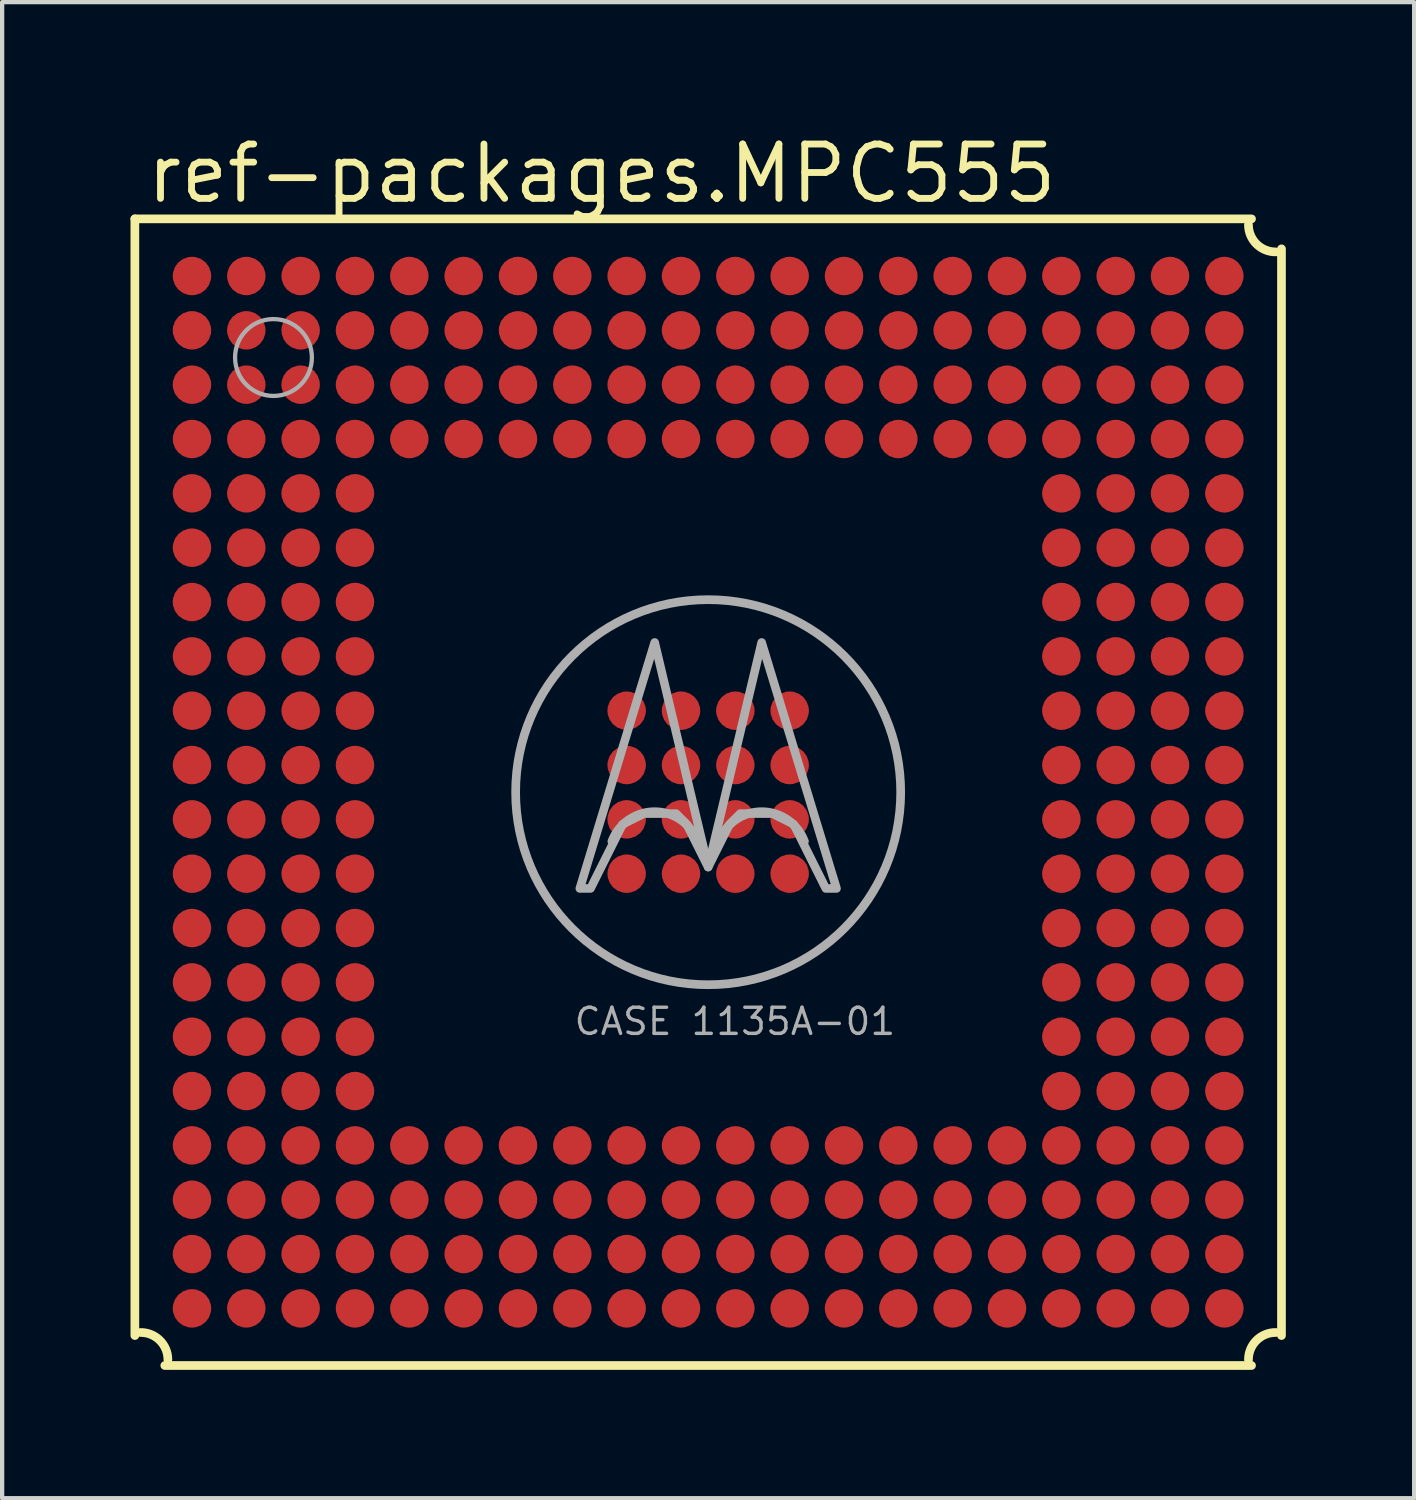
<source format=kicad_pcb>
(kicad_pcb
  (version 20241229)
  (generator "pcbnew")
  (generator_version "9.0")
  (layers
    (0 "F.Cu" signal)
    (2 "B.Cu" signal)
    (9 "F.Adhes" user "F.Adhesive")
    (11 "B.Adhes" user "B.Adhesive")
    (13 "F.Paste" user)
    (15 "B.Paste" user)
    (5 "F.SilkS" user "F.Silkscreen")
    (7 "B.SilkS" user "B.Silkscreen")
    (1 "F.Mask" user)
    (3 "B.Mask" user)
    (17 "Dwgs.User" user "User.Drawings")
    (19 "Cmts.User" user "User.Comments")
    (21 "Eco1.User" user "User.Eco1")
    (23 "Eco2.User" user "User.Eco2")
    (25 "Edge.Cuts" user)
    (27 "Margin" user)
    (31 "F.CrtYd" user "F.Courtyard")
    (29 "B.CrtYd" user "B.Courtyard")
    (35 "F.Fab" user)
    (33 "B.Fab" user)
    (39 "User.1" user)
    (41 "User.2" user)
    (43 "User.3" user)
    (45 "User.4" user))
  (footprint "ref-packages.MPC555"
    (layer "F.Cu")
    (at 13.502 15.466)
    (property "Reference" "ref-packages.MPC555" (at -13.208 -13.716 0) (layer "F.SilkS") (effects (font (size 1.27 1.27) (thickness 0.16)) (justify left bottom)))
    (attr smd)
    (fp_line (start -13.4 -13.4) (end -13.4 12.7) (stroke (width 0.203) (type default)) (layer "F.SilkS"))
    (fp_line (start -12.7 13.4) (end 12.7 13.4) (stroke (width 0.203) (type default)) (layer "F.SilkS"))
    (fp_line (start 12.7 -13.4) (end -13.4 -13.4) (stroke (width 0.203) (type default)) (layer "F.SilkS"))
    (fp_line (start 13.4 12.7) (end 13.4 -12.7) (stroke (width 0.203) (type default)) (layer "F.SilkS"))
    (fp_arc (start -13.2632 12.6282) (mid -12.814187 12.814187) (end -12.6282 13.2632) (stroke (width 0.2032) (type default)) (layer "F.SilkS"))
    (fp_arc (start 12.6282 13.2632) (mid 12.814187 12.814187) (end 13.2632 12.6282) (stroke (width 0.2032) (type default)) (layer "F.SilkS"))
    (fp_arc (start 13.2632 -12.6282) (mid 12.814187 -12.814187) (end 12.6282 -13.2632) (stroke (width 0.2032) (type default)) (layer "F.SilkS"))
    (fp_arc (start -2.25 1.1484) (mid -1.25 0.455983) (end -0.25 1.1484) (stroke (width 0.2032) (type default)) (layer "F.Fab"))
    (fp_arc (start 0.25 1.1484) (mid 1.25 0.455983) (end 2.25 1.1484) (stroke (width 0.2032) (type default)) (layer "F.Fab"))
    (fp_circle (center -10.16 -10.16) (end -9.262 -10.16) (stroke (width 0.1) (type default)) (fill no) (layer "F.Fab"))
    (fp_circle (center 0 0) (end 4.5 0) (stroke (width 0.203) (type default)) (fill no) (layer "F.Fab"))
    (fp_poly (pts (xy -3 2.25) (xy -1.25 -3.5) (xy 0 1.75) (xy -0.5 0.75) (xy -0.75 0.5) (xy -1.5 0.5) (xy -2 0.75) (xy -2.75 2.25)) (stroke (width 0.2) (type default)) (fill no) (layer "F.Fab"))
    (fp_poly (pts (xy 3 2.25) (xy 1.25 -3.5) (xy 0 1.75) (xy 0.5 0.75) (xy 0.75 0.5) (xy 1.5 0.5) (xy 2 0.75) (xy 2.75 2.25)) (stroke (width 0.2) (type default)) (fill no) (layer "F.Fab"))
    (fp_text user "CASE 1135A-01" (at -3.175 5.715 0) (layer "F.Fab") (effects (font (size 0.61 0.61) (thickness 0.08)) (justify left bottom)))
    (pad "A1" smd roundrect (at -12.065 -12.065) (size 0.9 0.9) (layers "F.Cu" "F.Mask" "F.Paste") (roundrect_rratio 0.5))
    (pad "A2" smd roundrect (at -10.795 -12.065) (size 0.9 0.9) (layers "F.Cu" "F.Mask" "F.Paste") (roundrect_rratio 0.5))
    (pad "A3" smd roundrect (at -9.525 -12.065) (size 0.9 0.9) (layers "F.Cu" "F.Mask" "F.Paste") (roundrect_rratio 0.5))
    (pad "A4" smd roundrect (at -8.255 -12.065) (size 0.9 0.9) (layers "F.Cu" "F.Mask" "F.Paste") (roundrect_rratio 0.5))
    (pad "A5" smd roundrect (at -6.985 -12.065) (size 0.9 0.9) (layers "F.Cu" "F.Mask" "F.Paste") (roundrect_rratio 0.5))
    (pad "A6" smd roundrect (at -5.715 -12.065) (size 0.9 0.9) (layers "F.Cu" "F.Mask" "F.Paste") (roundrect_rratio 0.5))
    (pad "A7" smd roundrect (at -4.445 -12.065) (size 0.9 0.9) (layers "F.Cu" "F.Mask" "F.Paste") (roundrect_rratio 0.5))
    (pad "A8" smd roundrect (at -3.175 -12.065) (size 0.9 0.9) (layers "F.Cu" "F.Mask" "F.Paste") (roundrect_rratio 0.5))
    (pad "A9" smd roundrect (at -1.905 -12.065) (size 0.9 0.9) (layers "F.Cu" "F.Mask" "F.Paste") (roundrect_rratio 0.5))
    (pad "A10" smd roundrect (at -0.635 -12.065) (size 0.9 0.9) (layers "F.Cu" "F.Mask" "F.Paste") (roundrect_rratio 0.5))
    (pad "A11" smd roundrect (at 0.635 -12.065) (size 0.9 0.9) (layers "F.Cu" "F.Mask" "F.Paste") (roundrect_rratio 0.5))
    (pad "A12" smd roundrect (at 1.905 -12.065) (size 0.9 0.9) (layers "F.Cu" "F.Mask" "F.Paste") (roundrect_rratio 0.5))
    (pad "A13" smd roundrect (at 3.175 -12.065) (size 0.9 0.9) (layers "F.Cu" "F.Mask" "F.Paste") (roundrect_rratio 0.5))
    (pad "A14" smd roundrect (at 4.445 -12.065) (size 0.9 0.9) (layers "F.Cu" "F.Mask" "F.Paste") (roundrect_rratio 0.5))
    (pad "A15" smd roundrect (at 5.715 -12.065) (size 0.9 0.9) (layers "F.Cu" "F.Mask" "F.Paste") (roundrect_rratio 0.5))
    (pad "A16" smd roundrect (at 6.985 -12.065) (size 0.9 0.9) (layers "F.Cu" "F.Mask" "F.Paste") (roundrect_rratio 0.5))
    (pad "A17" smd roundrect (at 8.255 -12.065) (size 0.9 0.9) (layers "F.Cu" "F.Mask" "F.Paste") (roundrect_rratio 0.5))
    (pad "A18" smd roundrect (at 9.525 -12.065) (size 0.9 0.9) (layers "F.Cu" "F.Mask" "F.Paste") (roundrect_rratio 0.5))
    (pad "A19" smd roundrect (at 10.795 -12.065) (size 0.9 0.9) (layers "F.Cu" "F.Mask" "F.Paste") (roundrect_rratio 0.5))
    (pad "A20" smd roundrect (at 12.065 -12.065) (size 0.9 0.9) (layers "F.Cu" "F.Mask" "F.Paste") (roundrect_rratio 0.5))
    (pad "B1" smd roundrect (at -12.065 -10.795) (size 0.9 0.9) (layers "F.Cu" "F.Mask" "F.Paste") (roundrect_rratio 0.5))
    (pad "B2" smd roundrect (at -10.795 -10.795) (size 0.9 0.9) (layers "F.Cu" "F.Mask" "F.Paste") (roundrect_rratio 0.5))
    (pad "B3" smd roundrect (at -9.525 -10.795) (size 0.9 0.9) (layers "F.Cu" "F.Mask" "F.Paste") (roundrect_rratio 0.5))
    (pad "B4" smd roundrect (at -8.255 -10.795) (size 0.9 0.9) (layers "F.Cu" "F.Mask" "F.Paste") (roundrect_rratio 0.5))
    (pad "B5" smd roundrect (at -6.985 -10.795) (size 0.9 0.9) (layers "F.Cu" "F.Mask" "F.Paste") (roundrect_rratio 0.5))
    (pad "B6" smd roundrect (at -5.715 -10.795) (size 0.9 0.9) (layers "F.Cu" "F.Mask" "F.Paste") (roundrect_rratio 0.5))
    (pad "B7" smd roundrect (at -4.445 -10.795) (size 0.9 0.9) (layers "F.Cu" "F.Mask" "F.Paste") (roundrect_rratio 0.5))
    (pad "B8" smd roundrect (at -3.175 -10.795) (size 0.9 0.9) (layers "F.Cu" "F.Mask" "F.Paste") (roundrect_rratio 0.5))
    (pad "B9" smd roundrect (at -1.905 -10.795) (size 0.9 0.9) (layers "F.Cu" "F.Mask" "F.Paste") (roundrect_rratio 0.5))
    (pad "B10" smd roundrect (at -0.635 -10.795) (size 0.9 0.9) (layers "F.Cu" "F.Mask" "F.Paste") (roundrect_rratio 0.5))
    (pad "B11" smd roundrect (at 0.635 -10.795) (size 0.9 0.9) (layers "F.Cu" "F.Mask" "F.Paste") (roundrect_rratio 0.5))
    (pad "B12" smd roundrect (at 1.905 -10.795) (size 0.9 0.9) (layers "F.Cu" "F.Mask" "F.Paste") (roundrect_rratio 0.5))
    (pad "B13" smd roundrect (at 3.175 -10.795) (size 0.9 0.9) (layers "F.Cu" "F.Mask" "F.Paste") (roundrect_rratio 0.5))
    (pad "B14" smd roundrect (at 4.445 -10.795) (size 0.9 0.9) (layers "F.Cu" "F.Mask" "F.Paste") (roundrect_rratio 0.5))
    (pad "B15" smd roundrect (at 5.715 -10.795) (size 0.9 0.9) (layers "F.Cu" "F.Mask" "F.Paste") (roundrect_rratio 0.5))
    (pad "B16" smd roundrect (at 6.985 -10.795) (size 0.9 0.9) (layers "F.Cu" "F.Mask" "F.Paste") (roundrect_rratio 0.5))
    (pad "B17" smd roundrect (at 8.255 -10.795) (size 0.9 0.9) (layers "F.Cu" "F.Mask" "F.Paste") (roundrect_rratio 0.5))
    (pad "B18" smd roundrect (at 9.525 -10.795) (size 0.9 0.9) (layers "F.Cu" "F.Mask" "F.Paste") (roundrect_rratio 0.5))
    (pad "B19" smd roundrect (at 10.795 -10.795) (size 0.9 0.9) (layers "F.Cu" "F.Mask" "F.Paste") (roundrect_rratio 0.5))
    (pad "B20" smd roundrect (at 12.065 -10.795) (size 0.9 0.9) (layers "F.Cu" "F.Mask" "F.Paste") (roundrect_rratio 0.5))
    (pad "C1" smd roundrect (at -12.065 -9.525) (size 0.9 0.9) (layers "F.Cu" "F.Mask" "F.Paste") (roundrect_rratio 0.5))
    (pad "C2" smd roundrect (at -10.795 -9.525) (size 0.9 0.9) (layers "F.Cu" "F.Mask" "F.Paste") (roundrect_rratio 0.5))
    (pad "C3" smd roundrect (at -9.525 -9.525) (size 0.9 0.9) (layers "F.Cu" "F.Mask" "F.Paste") (roundrect_rratio 0.5))
    (pad "C4" smd roundrect (at -8.255 -9.525) (size 0.9 0.9) (layers "F.Cu" "F.Mask" "F.Paste") (roundrect_rratio 0.5))
    (pad "C5" smd roundrect (at -6.985 -9.525) (size 0.9 0.9) (layers "F.Cu" "F.Mask" "F.Paste") (roundrect_rratio 0.5))
    (pad "C6" smd roundrect (at -5.715 -9.525) (size 0.9 0.9) (layers "F.Cu" "F.Mask" "F.Paste") (roundrect_rratio 0.5))
    (pad "C7" smd roundrect (at -4.445 -9.525) (size 0.9 0.9) (layers "F.Cu" "F.Mask" "F.Paste") (roundrect_rratio 0.5))
    (pad "C8" smd roundrect (at -3.175 -9.525) (size 0.9 0.9) (layers "F.Cu" "F.Mask" "F.Paste") (roundrect_rratio 0.5))
    (pad "C9" smd roundrect (at -1.905 -9.525) (size 0.9 0.9) (layers "F.Cu" "F.Mask" "F.Paste") (roundrect_rratio 0.5))
    (pad "C10" smd roundrect (at -0.635 -9.525) (size 0.9 0.9) (layers "F.Cu" "F.Mask" "F.Paste") (roundrect_rratio 0.5))
    (pad "C11" smd roundrect (at 0.635 -9.525) (size 0.9 0.9) (layers "F.Cu" "F.Mask" "F.Paste") (roundrect_rratio 0.5))
    (pad "C12" smd roundrect (at 1.905 -9.525) (size 0.9 0.9) (layers "F.Cu" "F.Mask" "F.Paste") (roundrect_rratio 0.5))
    (pad "C13" smd roundrect (at 3.175 -9.525) (size 0.9 0.9) (layers "F.Cu" "F.Mask" "F.Paste") (roundrect_rratio 0.5))
    (pad "C14" smd roundrect (at 4.445 -9.525) (size 0.9 0.9) (layers "F.Cu" "F.Mask" "F.Paste") (roundrect_rratio 0.5))
    (pad "C15" smd roundrect (at 5.715 -9.525) (size 0.9 0.9) (layers "F.Cu" "F.Mask" "F.Paste") (roundrect_rratio 0.5))
    (pad "C16" smd roundrect (at 6.985 -9.525) (size 0.9 0.9) (layers "F.Cu" "F.Mask" "F.Paste") (roundrect_rratio 0.5))
    (pad "C17" smd roundrect (at 8.255 -9.525) (size 0.9 0.9) (layers "F.Cu" "F.Mask" "F.Paste") (roundrect_rratio 0.5))
    (pad "C18" smd roundrect (at 9.525 -9.525) (size 0.9 0.9) (layers "F.Cu" "F.Mask" "F.Paste") (roundrect_rratio 0.5))
    (pad "C19" smd roundrect (at 10.795 -9.525) (size 0.9 0.9) (layers "F.Cu" "F.Mask" "F.Paste") (roundrect_rratio 0.5))
    (pad "C20" smd roundrect (at 12.065 -9.525) (size 0.9 0.9) (layers "F.Cu" "F.Mask" "F.Paste") (roundrect_rratio 0.5))
    (pad "D1" smd roundrect (at -12.065 -8.255) (size 0.9 0.9) (layers "F.Cu" "F.Mask" "F.Paste") (roundrect_rratio 0.5))
    (pad "D2" smd roundrect (at -10.795 -8.255) (size 0.9 0.9) (layers "F.Cu" "F.Mask" "F.Paste") (roundrect_rratio 0.5))
    (pad "D3" smd roundrect (at -9.525 -8.255) (size 0.9 0.9) (layers "F.Cu" "F.Mask" "F.Paste") (roundrect_rratio 0.5))
    (pad "D4" smd roundrect (at -8.255 -8.255) (size 0.9 0.9) (layers "F.Cu" "F.Mask" "F.Paste") (roundrect_rratio 0.5))
    (pad "D5" smd roundrect (at -6.985 -8.255) (size 0.9 0.9) (layers "F.Cu" "F.Mask" "F.Paste") (roundrect_rratio 0.5))
    (pad "D6" smd roundrect (at -5.715 -8.255) (size 0.9 0.9) (layers "F.Cu" "F.Mask" "F.Paste") (roundrect_rratio 0.5))
    (pad "D7" smd roundrect (at -4.445 -8.255) (size 0.9 0.9) (layers "F.Cu" "F.Mask" "F.Paste") (roundrect_rratio 0.5))
    (pad "D8" smd roundrect (at -3.175 -8.255) (size 0.9 0.9) (layers "F.Cu" "F.Mask" "F.Paste") (roundrect_rratio 0.5))
    (pad "D9" smd roundrect (at -1.905 -8.255) (size 0.9 0.9) (layers "F.Cu" "F.Mask" "F.Paste") (roundrect_rratio 0.5))
    (pad "D10" smd roundrect (at -0.635 -8.255) (size 0.9 0.9) (layers "F.Cu" "F.Mask" "F.Paste") (roundrect_rratio 0.5))
    (pad "D11" smd roundrect (at 0.635 -8.255) (size 0.9 0.9) (layers "F.Cu" "F.Mask" "F.Paste") (roundrect_rratio 0.5))
    (pad "D12" smd roundrect (at 1.905 -8.255) (size 0.9 0.9) (layers "F.Cu" "F.Mask" "F.Paste") (roundrect_rratio 0.5))
    (pad "D13" smd roundrect (at 3.175 -8.255) (size 0.9 0.9) (layers "F.Cu" "F.Mask" "F.Paste") (roundrect_rratio 0.5))
    (pad "D14" smd roundrect (at 4.445 -8.255) (size 0.9 0.9) (layers "F.Cu" "F.Mask" "F.Paste") (roundrect_rratio 0.5))
    (pad "D15" smd roundrect (at 5.715 -8.255) (size 0.9 0.9) (layers "F.Cu" "F.Mask" "F.Paste") (roundrect_rratio 0.5))
    (pad "D16" smd roundrect (at 6.985 -8.255) (size 0.9 0.9) (layers "F.Cu" "F.Mask" "F.Paste") (roundrect_rratio 0.5))
    (pad "D17" smd roundrect (at 8.255 -8.255) (size 0.9 0.9) (layers "F.Cu" "F.Mask" "F.Paste") (roundrect_rratio 0.5))
    (pad "D18" smd roundrect (at 9.525 -8.255) (size 0.9 0.9) (layers "F.Cu" "F.Mask" "F.Paste") (roundrect_rratio 0.5))
    (pad "D19" smd roundrect (at 10.795 -8.255) (size 0.9 0.9) (layers "F.Cu" "F.Mask" "F.Paste") (roundrect_rratio 0.5))
    (pad "D20" smd roundrect (at 12.065 -8.255) (size 0.9 0.9) (layers "F.Cu" "F.Mask" "F.Paste") (roundrect_rratio 0.5))
    (pad "E1" smd roundrect (at -12.065 -6.985) (size 0.9 0.9) (layers "F.Cu" "F.Mask" "F.Paste") (roundrect_rratio 0.5))
    (pad "E2" smd roundrect (at -10.795 -6.985) (size 0.9 0.9) (layers "F.Cu" "F.Mask" "F.Paste") (roundrect_rratio 0.5))
    (pad "E3" smd roundrect (at -9.525 -6.985) (size 0.9 0.9) (layers "F.Cu" "F.Mask" "F.Paste") (roundrect_rratio 0.5))
    (pad "E4" smd roundrect (at -8.255 -6.985) (size 0.9 0.9) (layers "F.Cu" "F.Mask" "F.Paste") (roundrect_rratio 0.5))
    (pad "E17" smd roundrect (at 8.255 -6.985) (size 0.9 0.9) (layers "F.Cu" "F.Mask" "F.Paste") (roundrect_rratio 0.5))
    (pad "E18" smd roundrect (at 9.525 -6.985) (size 0.9 0.9) (layers "F.Cu" "F.Mask" "F.Paste") (roundrect_rratio 0.5))
    (pad "E19" smd roundrect (at 10.795 -6.985) (size 0.9 0.9) (layers "F.Cu" "F.Mask" "F.Paste") (roundrect_rratio 0.5))
    (pad "E20" smd roundrect (at 12.065 -6.985) (size 0.9 0.9) (layers "F.Cu" "F.Mask" "F.Paste") (roundrect_rratio 0.5))
    (pad "F1" smd roundrect (at -12.065 -5.715) (size 0.9 0.9) (layers "F.Cu" "F.Mask" "F.Paste") (roundrect_rratio 0.5))
    (pad "F2" smd roundrect (at -10.795 -5.715) (size 0.9 0.9) (layers "F.Cu" "F.Mask" "F.Paste") (roundrect_rratio 0.5))
    (pad "F3" smd roundrect (at -9.525 -5.715) (size 0.9 0.9) (layers "F.Cu" "F.Mask" "F.Paste") (roundrect_rratio 0.5))
    (pad "F4" smd roundrect (at -8.255 -5.715) (size 0.9 0.9) (layers "F.Cu" "F.Mask" "F.Paste") (roundrect_rratio 0.5))
    (pad "F17" smd roundrect (at 8.255 -5.715) (size 0.9 0.9) (layers "F.Cu" "F.Mask" "F.Paste") (roundrect_rratio 0.5))
    (pad "F18" smd roundrect (at 9.525 -5.715) (size 0.9 0.9) (layers "F.Cu" "F.Mask" "F.Paste") (roundrect_rratio 0.5))
    (pad "F19" smd roundrect (at 10.795 -5.715) (size 0.9 0.9) (layers "F.Cu" "F.Mask" "F.Paste") (roundrect_rratio 0.5))
    (pad "F20" smd roundrect (at 12.065 -5.715) (size 0.9 0.9) (layers "F.Cu" "F.Mask" "F.Paste") (roundrect_rratio 0.5))
    (pad "G1" smd roundrect (at -12.065 -4.445) (size 0.9 0.9) (layers "F.Cu" "F.Mask" "F.Paste") (roundrect_rratio 0.5))
    (pad "G2" smd roundrect (at -10.795 -4.445) (size 0.9 0.9) (layers "F.Cu" "F.Mask" "F.Paste") (roundrect_rratio 0.5))
    (pad "G3" smd roundrect (at -9.525 -4.445) (size 0.9 0.9) (layers "F.Cu" "F.Mask" "F.Paste") (roundrect_rratio 0.5))
    (pad "G4" smd roundrect (at -8.255 -4.445) (size 0.9 0.9) (layers "F.Cu" "F.Mask" "F.Paste") (roundrect_rratio 0.5))
    (pad "G17" smd roundrect (at 8.255 -4.445) (size 0.9 0.9) (layers "F.Cu" "F.Mask" "F.Paste") (roundrect_rratio 0.5))
    (pad "G18" smd roundrect (at 9.525 -4.445) (size 0.9 0.9) (layers "F.Cu" "F.Mask" "F.Paste") (roundrect_rratio 0.5))
    (pad "G19" smd roundrect (at 10.795 -4.445) (size 0.9 0.9) (layers "F.Cu" "F.Mask" "F.Paste") (roundrect_rratio 0.5))
    (pad "G20" smd roundrect (at 12.065 -4.445) (size 0.9 0.9) (layers "F.Cu" "F.Mask" "F.Paste") (roundrect_rratio 0.5))
    (pad "H1" smd roundrect (at -12.065 -3.175) (size 0.9 0.9) (layers "F.Cu" "F.Mask" "F.Paste") (roundrect_rratio 0.5))
    (pad "H2" smd roundrect (at -10.795 -3.175) (size 0.9 0.9) (layers "F.Cu" "F.Mask" "F.Paste") (roundrect_rratio 0.5))
    (pad "H3" smd roundrect (at -9.525 -3.175) (size 0.9 0.9) (layers "F.Cu" "F.Mask" "F.Paste") (roundrect_rratio 0.5))
    (pad "H4" smd roundrect (at -8.255 -3.175) (size 0.9 0.9) (layers "F.Cu" "F.Mask" "F.Paste") (roundrect_rratio 0.5))
    (pad "H17" smd roundrect (at 8.255 -3.175) (size 0.9 0.9) (layers "F.Cu" "F.Mask" "F.Paste") (roundrect_rratio 0.5))
    (pad "H18" smd roundrect (at 9.525 -3.175) (size 0.9 0.9) (layers "F.Cu" "F.Mask" "F.Paste") (roundrect_rratio 0.5))
    (pad "H19" smd roundrect (at 10.795 -3.175) (size 0.9 0.9) (layers "F.Cu" "F.Mask" "F.Paste") (roundrect_rratio 0.5))
    (pad "H20" smd roundrect (at 12.065 -3.175) (size 0.9 0.9) (layers "F.Cu" "F.Mask" "F.Paste") (roundrect_rratio 0.5))
    (pad "J1" smd roundrect (at -12.065 -1.905) (size 0.9 0.9) (layers "F.Cu" "F.Mask" "F.Paste") (roundrect_rratio 0.5))
    (pad "J2" smd roundrect (at -10.795 -1.905) (size 0.9 0.9) (layers "F.Cu" "F.Mask" "F.Paste") (roundrect_rratio 0.5))
    (pad "J3" smd roundrect (at -9.525 -1.905) (size 0.9 0.9) (layers "F.Cu" "F.Mask" "F.Paste") (roundrect_rratio 0.5))
    (pad "J4" smd roundrect (at -8.255 -1.905) (size 0.9 0.9) (layers "F.Cu" "F.Mask" "F.Paste") (roundrect_rratio 0.5))
    (pad "J9" smd roundrect (at -1.905 -1.905) (size 0.9 0.9) (layers "F.Cu" "F.Mask" "F.Paste") (roundrect_rratio 0.5))
    (pad "J10" smd roundrect (at -0.635 -1.905) (size 0.9 0.9) (layers "F.Cu" "F.Mask" "F.Paste") (roundrect_rratio 0.5))
    (pad "J11" smd roundrect (at 0.635 -1.905) (size 0.9 0.9) (layers "F.Cu" "F.Mask" "F.Paste") (roundrect_rratio 0.5))
    (pad "J12" smd roundrect (at 1.905 -1.905) (size 0.9 0.9) (layers "F.Cu" "F.Mask" "F.Paste") (roundrect_rratio 0.5))
    (pad "J17" smd roundrect (at 8.255 -1.905) (size 0.9 0.9) (layers "F.Cu" "F.Mask" "F.Paste") (roundrect_rratio 0.5))
    (pad "J18" smd roundrect (at 9.525 -1.905) (size 0.9 0.9) (layers "F.Cu" "F.Mask" "F.Paste") (roundrect_rratio 0.5))
    (pad "J19" smd roundrect (at 10.795 -1.905) (size 0.9 0.9) (layers "F.Cu" "F.Mask" "F.Paste") (roundrect_rratio 0.5))
    (pad "J20" smd roundrect (at 12.065 -1.905) (size 0.9 0.9) (layers "F.Cu" "F.Mask" "F.Paste") (roundrect_rratio 0.5))
    (pad "K1" smd roundrect (at -12.065 -0.635) (size 0.9 0.9) (layers "F.Cu" "F.Mask" "F.Paste") (roundrect_rratio 0.5))
    (pad "K2" smd roundrect (at -10.795 -0.635) (size 0.9 0.9) (layers "F.Cu" "F.Mask" "F.Paste") (roundrect_rratio 0.5))
    (pad "K3" smd roundrect (at -9.525 -0.635) (size 0.9 0.9) (layers "F.Cu" "F.Mask" "F.Paste") (roundrect_rratio 0.5))
    (pad "K4" smd roundrect (at -8.255 -0.635) (size 0.9 0.9) (layers "F.Cu" "F.Mask" "F.Paste") (roundrect_rratio 0.5))
    (pad "K9" smd roundrect (at -1.905 -0.635) (size 0.9 0.9) (layers "F.Cu" "F.Mask" "F.Paste") (roundrect_rratio 0.5))
    (pad "K10" smd roundrect (at -0.635 -0.635) (size 0.9 0.9) (layers "F.Cu" "F.Mask" "F.Paste") (roundrect_rratio 0.5))
    (pad "K11" smd roundrect (at 0.635 -0.635) (size 0.9 0.9) (layers "F.Cu" "F.Mask" "F.Paste") (roundrect_rratio 0.5))
    (pad "K12" smd roundrect (at 1.905 -0.635) (size 0.9 0.9) (layers "F.Cu" "F.Mask" "F.Paste") (roundrect_rratio 0.5))
    (pad "K17" smd roundrect (at 8.255 -0.635) (size 0.9 0.9) (layers "F.Cu" "F.Mask" "F.Paste") (roundrect_rratio 0.5))
    (pad "K18" smd roundrect (at 9.525 -0.635) (size 0.9 0.9) (layers "F.Cu" "F.Mask" "F.Paste") (roundrect_rratio 0.5))
    (pad "K19" smd roundrect (at 10.795 -0.635) (size 0.9 0.9) (layers "F.Cu" "F.Mask" "F.Paste") (roundrect_rratio 0.5))
    (pad "K20" smd roundrect (at 12.065 -0.635) (size 0.9 0.9) (layers "F.Cu" "F.Mask" "F.Paste") (roundrect_rratio 0.5))
    (pad "L1" smd roundrect (at -12.065 0.635) (size 0.9 0.9) (layers "F.Cu" "F.Mask" "F.Paste") (roundrect_rratio 0.5))
    (pad "L2" smd roundrect (at -10.795 0.635) (size 0.9 0.9) (layers "F.Cu" "F.Mask" "F.Paste") (roundrect_rratio 0.5))
    (pad "L3" smd roundrect (at -9.525 0.635) (size 0.9 0.9) (layers "F.Cu" "F.Mask" "F.Paste") (roundrect_rratio 0.5))
    (pad "L4" smd roundrect (at -8.255 0.635) (size 0.9 0.9) (layers "F.Cu" "F.Mask" "F.Paste") (roundrect_rratio 0.5))
    (pad "L9" smd roundrect (at -1.905 0.635) (size 0.9 0.9) (layers "F.Cu" "F.Mask" "F.Paste") (roundrect_rratio 0.5))
    (pad "L10" smd roundrect (at -0.635 0.635) (size 0.9 0.9) (layers "F.Cu" "F.Mask" "F.Paste") (roundrect_rratio 0.5))
    (pad "L11" smd roundrect (at 0.635 0.635) (size 0.9 0.9) (layers "F.Cu" "F.Mask" "F.Paste") (roundrect_rratio 0.5))
    (pad "L12" smd roundrect (at 1.905 0.635) (size 0.9 0.9) (layers "F.Cu" "F.Mask" "F.Paste") (roundrect_rratio 0.5))
    (pad "L17" smd roundrect (at 8.255 0.635) (size 0.9 0.9) (layers "F.Cu" "F.Mask" "F.Paste") (roundrect_rratio 0.5))
    (pad "L18" smd roundrect (at 9.525 0.635) (size 0.9 0.9) (layers "F.Cu" "F.Mask" "F.Paste") (roundrect_rratio 0.5))
    (pad "L19" smd roundrect (at 10.795 0.635) (size 0.9 0.9) (layers "F.Cu" "F.Mask" "F.Paste") (roundrect_rratio 0.5))
    (pad "L20" smd roundrect (at 12.065 0.635) (size 0.9 0.9) (layers "F.Cu" "F.Mask" "F.Paste") (roundrect_rratio 0.5))
    (pad "M1" smd roundrect (at -12.065 1.905) (size 0.9 0.9) (layers "F.Cu" "F.Mask" "F.Paste") (roundrect_rratio 0.5))
    (pad "M2" smd roundrect (at -10.795 1.905) (size 0.9 0.9) (layers "F.Cu" "F.Mask" "F.Paste") (roundrect_rratio 0.5))
    (pad "M3" smd roundrect (at -9.525 1.905) (size 0.9 0.9) (layers "F.Cu" "F.Mask" "F.Paste") (roundrect_rratio 0.5))
    (pad "M4" smd roundrect (at -8.255 1.905) (size 0.9 0.9) (layers "F.Cu" "F.Mask" "F.Paste") (roundrect_rratio 0.5))
    (pad "M9" smd roundrect (at -1.905 1.905) (size 0.9 0.9) (layers "F.Cu" "F.Mask" "F.Paste") (roundrect_rratio 0.5))
    (pad "M10" smd roundrect (at -0.635 1.905) (size 0.9 0.9) (layers "F.Cu" "F.Mask" "F.Paste") (roundrect_rratio 0.5))
    (pad "M11" smd roundrect (at 0.635 1.905) (size 0.9 0.9) (layers "F.Cu" "F.Mask" "F.Paste") (roundrect_rratio 0.5))
    (pad "M12" smd roundrect (at 1.905 1.905) (size 0.9 0.9) (layers "F.Cu" "F.Mask" "F.Paste") (roundrect_rratio 0.5))
    (pad "M17" smd roundrect (at 8.255 1.905) (size 0.9 0.9) (layers "F.Cu" "F.Mask" "F.Paste") (roundrect_rratio 0.5))
    (pad "M18" smd roundrect (at 9.525 1.905) (size 0.9 0.9) (layers "F.Cu" "F.Mask" "F.Paste") (roundrect_rratio 0.5))
    (pad "M19" smd roundrect (at 10.795 1.905) (size 0.9 0.9) (layers "F.Cu" "F.Mask" "F.Paste") (roundrect_rratio 0.5))
    (pad "M20" smd roundrect (at 12.065 1.905) (size 0.9 0.9) (layers "F.Cu" "F.Mask" "F.Paste") (roundrect_rratio 0.5))
    (pad "N1" smd roundrect (at -12.065 3.175) (size 0.9 0.9) (layers "F.Cu" "F.Mask" "F.Paste") (roundrect_rratio 0.5))
    (pad "N2" smd roundrect (at -10.795 3.175) (size 0.9 0.9) (layers "F.Cu" "F.Mask" "F.Paste") (roundrect_rratio 0.5))
    (pad "N3" smd roundrect (at -9.525 3.175) (size 0.9 0.9) (layers "F.Cu" "F.Mask" "F.Paste") (roundrect_rratio 0.5))
    (pad "N4" smd roundrect (at -8.255 3.175) (size 0.9 0.9) (layers "F.Cu" "F.Mask" "F.Paste") (roundrect_rratio 0.5))
    (pad "N17" smd roundrect (at 8.255 3.175) (size 0.9 0.9) (layers "F.Cu" "F.Mask" "F.Paste") (roundrect_rratio 0.5))
    (pad "N18" smd roundrect (at 9.525 3.175) (size 0.9 0.9) (layers "F.Cu" "F.Mask" "F.Paste") (roundrect_rratio 0.5))
    (pad "N19" smd roundrect (at 10.795 3.175) (size 0.9 0.9) (layers "F.Cu" "F.Mask" "F.Paste") (roundrect_rratio 0.5))
    (pad "N20" smd roundrect (at 12.065 3.175) (size 0.9 0.9) (layers "F.Cu" "F.Mask" "F.Paste") (roundrect_rratio 0.5))
    (pad "P1" smd roundrect (at -12.065 4.445) (size 0.9 0.9) (layers "F.Cu" "F.Mask" "F.Paste") (roundrect_rratio 0.5))
    (pad "P2" smd roundrect (at -10.795 4.445) (size 0.9 0.9) (layers "F.Cu" "F.Mask" "F.Paste") (roundrect_rratio 0.5))
    (pad "P3" smd roundrect (at -9.525 4.445) (size 0.9 0.9) (layers "F.Cu" "F.Mask" "F.Paste") (roundrect_rratio 0.5))
    (pad "P4" smd roundrect (at -8.255 4.445) (size 0.9 0.9) (layers "F.Cu" "F.Mask" "F.Paste") (roundrect_rratio 0.5))
    (pad "P17" smd roundrect (at 8.255 4.445) (size 0.9 0.9) (layers "F.Cu" "F.Mask" "F.Paste") (roundrect_rratio 0.5))
    (pad "P18" smd roundrect (at 9.525 4.445) (size 0.9 0.9) (layers "F.Cu" "F.Mask" "F.Paste") (roundrect_rratio 0.5))
    (pad "P19" smd roundrect (at 10.795 4.445) (size 0.9 0.9) (layers "F.Cu" "F.Mask" "F.Paste") (roundrect_rratio 0.5))
    (pad "P20" smd roundrect (at 12.065 4.445) (size 0.9 0.9) (layers "F.Cu" "F.Mask" "F.Paste") (roundrect_rratio 0.5))
    (pad "R1" smd roundrect (at -12.065 5.715) (size 0.9 0.9) (layers "F.Cu" "F.Mask" "F.Paste") (roundrect_rratio 0.5))
    (pad "R2" smd roundrect (at -10.795 5.715) (size 0.9 0.9) (layers "F.Cu" "F.Mask" "F.Paste") (roundrect_rratio 0.5))
    (pad "R3" smd roundrect (at -9.525 5.715) (size 0.9 0.9) (layers "F.Cu" "F.Mask" "F.Paste") (roundrect_rratio 0.5))
    (pad "R4" smd roundrect (at -8.255 5.715) (size 0.9 0.9) (layers "F.Cu" "F.Mask" "F.Paste") (roundrect_rratio 0.5))
    (pad "R17" smd roundrect (at 8.255 5.715) (size 0.9 0.9) (layers "F.Cu" "F.Mask" "F.Paste") (roundrect_rratio 0.5))
    (pad "R18" smd roundrect (at 9.525 5.715) (size 0.9 0.9) (layers "F.Cu" "F.Mask" "F.Paste") (roundrect_rratio 0.5))
    (pad "R19" smd roundrect (at 10.795 5.715) (size 0.9 0.9) (layers "F.Cu" "F.Mask" "F.Paste") (roundrect_rratio 0.5))
    (pad "R20" smd roundrect (at 12.065 5.715) (size 0.9 0.9) (layers "F.Cu" "F.Mask" "F.Paste") (roundrect_rratio 0.5))
    (pad "T1" smd roundrect (at -12.065 6.985) (size 0.9 0.9) (layers "F.Cu" "F.Mask" "F.Paste") (roundrect_rratio 0.5))
    (pad "T2" smd roundrect (at -10.795 6.985) (size 0.9 0.9) (layers "F.Cu" "F.Mask" "F.Paste") (roundrect_rratio 0.5))
    (pad "T3" smd roundrect (at -9.525 6.985) (size 0.9 0.9) (layers "F.Cu" "F.Mask" "F.Paste") (roundrect_rratio 0.5))
    (pad "T4" smd roundrect (at -8.255 6.985) (size 0.9 0.9) (layers "F.Cu" "F.Mask" "F.Paste") (roundrect_rratio 0.5))
    (pad "T17" smd roundrect (at 8.255 6.985) (size 0.9 0.9) (layers "F.Cu" "F.Mask" "F.Paste") (roundrect_rratio 0.5))
    (pad "T18" smd roundrect (at 9.525 6.985) (size 0.9 0.9) (layers "F.Cu" "F.Mask" "F.Paste") (roundrect_rratio 0.5))
    (pad "T19" smd roundrect (at 10.795 6.985) (size 0.9 0.9) (layers "F.Cu" "F.Mask" "F.Paste") (roundrect_rratio 0.5))
    (pad "T20" smd roundrect (at 12.065 6.985) (size 0.9 0.9) (layers "F.Cu" "F.Mask" "F.Paste") (roundrect_rratio 0.5))
    (pad "U1" smd roundrect (at -12.065 8.255) (size 0.9 0.9) (layers "F.Cu" "F.Mask" "F.Paste") (roundrect_rratio 0.5))
    (pad "U2" smd roundrect (at -10.795 8.255) (size 0.9 0.9) (layers "F.Cu" "F.Mask" "F.Paste") (roundrect_rratio 0.5))
    (pad "U3" smd roundrect (at -9.525 8.255) (size 0.9 0.9) (layers "F.Cu" "F.Mask" "F.Paste") (roundrect_rratio 0.5))
    (pad "U4" smd roundrect (at -8.255 8.255) (size 0.9 0.9) (layers "F.Cu" "F.Mask" "F.Paste") (roundrect_rratio 0.5))
    (pad "U5" smd roundrect (at -6.985 8.255) (size 0.9 0.9) (layers "F.Cu" "F.Mask" "F.Paste") (roundrect_rratio 0.5))
    (pad "U6" smd roundrect (at -5.715 8.255) (size 0.9 0.9) (layers "F.Cu" "F.Mask" "F.Paste") (roundrect_rratio 0.5))
    (pad "U7" smd roundrect (at -4.445 8.255) (size 0.9 0.9) (layers "F.Cu" "F.Mask" "F.Paste") (roundrect_rratio 0.5))
    (pad "U8" smd roundrect (at -3.175 8.255) (size 0.9 0.9) (layers "F.Cu" "F.Mask" "F.Paste") (roundrect_rratio 0.5))
    (pad "U9" smd roundrect (at -1.905 8.255) (size 0.9 0.9) (layers "F.Cu" "F.Mask" "F.Paste") (roundrect_rratio 0.5))
    (pad "U10" smd roundrect (at -0.635 8.255) (size 0.9 0.9) (layers "F.Cu" "F.Mask" "F.Paste") (roundrect_rratio 0.5))
    (pad "U11" smd roundrect (at 0.635 8.255) (size 0.9 0.9) (layers "F.Cu" "F.Mask" "F.Paste") (roundrect_rratio 0.5))
    (pad "U12" smd roundrect (at 1.905 8.255) (size 0.9 0.9) (layers "F.Cu" "F.Mask" "F.Paste") (roundrect_rratio 0.5))
    (pad "U13" smd roundrect (at 3.175 8.255) (size 0.9 0.9) (layers "F.Cu" "F.Mask" "F.Paste") (roundrect_rratio 0.5))
    (pad "U14" smd roundrect (at 4.445 8.255) (size 0.9 0.9) (layers "F.Cu" "F.Mask" "F.Paste") (roundrect_rratio 0.5))
    (pad "U15" smd roundrect (at 5.715 8.255) (size 0.9 0.9) (layers "F.Cu" "F.Mask" "F.Paste") (roundrect_rratio 0.5))
    (pad "U16" smd roundrect (at 6.985 8.255) (size 0.9 0.9) (layers "F.Cu" "F.Mask" "F.Paste") (roundrect_rratio 0.5))
    (pad "U17" smd roundrect (at 8.255 8.255) (size 0.9 0.9) (layers "F.Cu" "F.Mask" "F.Paste") (roundrect_rratio 0.5))
    (pad "U18" smd roundrect (at 9.525 8.255) (size 0.9 0.9) (layers "F.Cu" "F.Mask" "F.Paste") (roundrect_rratio 0.5))
    (pad "U19" smd roundrect (at 10.795 8.255) (size 0.9 0.9) (layers "F.Cu" "F.Mask" "F.Paste") (roundrect_rratio 0.5))
    (pad "U20" smd roundrect (at 12.065 8.255) (size 0.9 0.9) (layers "F.Cu" "F.Mask" "F.Paste") (roundrect_rratio 0.5))
    (pad "V1" smd roundrect (at -12.065 9.525) (size 0.9 0.9) (layers "F.Cu" "F.Mask" "F.Paste") (roundrect_rratio 0.5))
    (pad "V2" smd roundrect (at -10.795 9.525) (size 0.9 0.9) (layers "F.Cu" "F.Mask" "F.Paste") (roundrect_rratio 0.5))
    (pad "V3" smd roundrect (at -9.525 9.525) (size 0.9 0.9) (layers "F.Cu" "F.Mask" "F.Paste") (roundrect_rratio 0.5))
    (pad "V4" smd roundrect (at -8.255 9.525) (size 0.9 0.9) (layers "F.Cu" "F.Mask" "F.Paste") (roundrect_rratio 0.5))
    (pad "V5" smd roundrect (at -6.985 9.525) (size 0.9 0.9) (layers "F.Cu" "F.Mask" "F.Paste") (roundrect_rratio 0.5))
    (pad "V6" smd roundrect (at -5.715 9.525) (size 0.9 0.9) (layers "F.Cu" "F.Mask" "F.Paste") (roundrect_rratio 0.5))
    (pad "V7" smd roundrect (at -4.445 9.525) (size 0.9 0.9) (layers "F.Cu" "F.Mask" "F.Paste") (roundrect_rratio 0.5))
    (pad "V8" smd roundrect (at -3.175 9.525) (size 0.9 0.9) (layers "F.Cu" "F.Mask" "F.Paste") (roundrect_rratio 0.5))
    (pad "V9" smd roundrect (at -1.905 9.525) (size 0.9 0.9) (layers "F.Cu" "F.Mask" "F.Paste") (roundrect_rratio 0.5))
    (pad "V10" smd roundrect (at -0.635 9.525) (size 0.9 0.9) (layers "F.Cu" "F.Mask" "F.Paste") (roundrect_rratio 0.5))
    (pad "V11" smd roundrect (at 0.635 9.525) (size 0.9 0.9) (layers "F.Cu" "F.Mask" "F.Paste") (roundrect_rratio 0.5))
    (pad "V12" smd roundrect (at 1.905 9.525) (size 0.9 0.9) (layers "F.Cu" "F.Mask" "F.Paste") (roundrect_rratio 0.5))
    (pad "V13" smd roundrect (at 3.175 9.525) (size 0.9 0.9) (layers "F.Cu" "F.Mask" "F.Paste") (roundrect_rratio 0.5))
    (pad "V14" smd roundrect (at 4.445 9.525) (size 0.9 0.9) (layers "F.Cu" "F.Mask" "F.Paste") (roundrect_rratio 0.5))
    (pad "V15" smd roundrect (at 5.715 9.525) (size 0.9 0.9) (layers "F.Cu" "F.Mask" "F.Paste") (roundrect_rratio 0.5))
    (pad "V16" smd roundrect (at 6.985 9.525) (size 0.9 0.9) (layers "F.Cu" "F.Mask" "F.Paste") (roundrect_rratio 0.5))
    (pad "V17" smd roundrect (at 8.255 9.525) (size 0.9 0.9) (layers "F.Cu" "F.Mask" "F.Paste") (roundrect_rratio 0.5))
    (pad "V18" smd roundrect (at 9.525 9.525) (size 0.9 0.9) (layers "F.Cu" "F.Mask" "F.Paste") (roundrect_rratio 0.5))
    (pad "V19" smd roundrect (at 10.795 9.525) (size 0.9 0.9) (layers "F.Cu" "F.Mask" "F.Paste") (roundrect_rratio 0.5))
    (pad "V20" smd roundrect (at 12.065 9.525) (size 0.9 0.9) (layers "F.Cu" "F.Mask" "F.Paste") (roundrect_rratio 0.5))
    (pad "W1" smd roundrect (at -12.065 10.795) (size 0.9 0.9) (layers "F.Cu" "F.Mask" "F.Paste") (roundrect_rratio 0.5))
    (pad "W2" smd roundrect (at -10.795 10.795) (size 0.9 0.9) (layers "F.Cu" "F.Mask" "F.Paste") (roundrect_rratio 0.5))
    (pad "W3" smd roundrect (at -9.525 10.795) (size 0.9 0.9) (layers "F.Cu" "F.Mask" "F.Paste") (roundrect_rratio 0.5))
    (pad "W4" smd roundrect (at -8.255 10.795) (size 0.9 0.9) (layers "F.Cu" "F.Mask" "F.Paste") (roundrect_rratio 0.5))
    (pad "W5" smd roundrect (at -6.985 10.795) (size 0.9 0.9) (layers "F.Cu" "F.Mask" "F.Paste") (roundrect_rratio 0.5))
    (pad "W6" smd roundrect (at -5.715 10.795) (size 0.9 0.9) (layers "F.Cu" "F.Mask" "F.Paste") (roundrect_rratio 0.5))
    (pad "W7" smd roundrect (at -4.445 10.795) (size 0.9 0.9) (layers "F.Cu" "F.Mask" "F.Paste") (roundrect_rratio 0.5))
    (pad "W8" smd roundrect (at -3.175 10.795) (size 0.9 0.9) (layers "F.Cu" "F.Mask" "F.Paste") (roundrect_rratio 0.5))
    (pad "W9" smd roundrect (at -1.905 10.795) (size 0.9 0.9) (layers "F.Cu" "F.Mask" "F.Paste") (roundrect_rratio 0.5))
    (pad "W10" smd roundrect (at -0.635 10.795) (size 0.9 0.9) (layers "F.Cu" "F.Mask" "F.Paste") (roundrect_rratio 0.5))
    (pad "W11" smd roundrect (at 0.635 10.795) (size 0.9 0.9) (layers "F.Cu" "F.Mask" "F.Paste") (roundrect_rratio 0.5))
    (pad "W12" smd roundrect (at 1.905 10.795) (size 0.9 0.9) (layers "F.Cu" "F.Mask" "F.Paste") (roundrect_rratio 0.5))
    (pad "W13" smd roundrect (at 3.175 10.795) (size 0.9 0.9) (layers "F.Cu" "F.Mask" "F.Paste") (roundrect_rratio 0.5))
    (pad "W14" smd roundrect (at 4.445 10.795) (size 0.9 0.9) (layers "F.Cu" "F.Mask" "F.Paste") (roundrect_rratio 0.5))
    (pad "W15" smd roundrect (at 5.715 10.795) (size 0.9 0.9) (layers "F.Cu" "F.Mask" "F.Paste") (roundrect_rratio 0.5))
    (pad "W16" smd roundrect (at 6.985 10.795) (size 0.9 0.9) (layers "F.Cu" "F.Mask" "F.Paste") (roundrect_rratio 0.5))
    (pad "W17" smd roundrect (at 8.255 10.795) (size 0.9 0.9) (layers "F.Cu" "F.Mask" "F.Paste") (roundrect_rratio 0.5))
    (pad "W18" smd roundrect (at 9.525 10.795) (size 0.9 0.9) (layers "F.Cu" "F.Mask" "F.Paste") (roundrect_rratio 0.5))
    (pad "W19" smd roundrect (at 10.795 10.795) (size 0.9 0.9) (layers "F.Cu" "F.Mask" "F.Paste") (roundrect_rratio 0.5))
    (pad "W20" smd roundrect (at 12.065 10.795) (size 0.9 0.9) (layers "F.Cu" "F.Mask" "F.Paste") (roundrect_rratio 0.5))
    (pad "Y1" smd roundrect (at -12.065 12.065) (size 0.9 0.9) (layers "F.Cu" "F.Mask" "F.Paste") (roundrect_rratio 0.5))
    (pad "Y2" smd roundrect (at -10.795 12.065) (size 0.9 0.9) (layers "F.Cu" "F.Mask" "F.Paste") (roundrect_rratio 0.5))
    (pad "Y3" smd roundrect (at -9.525 12.065) (size 0.9 0.9) (layers "F.Cu" "F.Mask" "F.Paste") (roundrect_rratio 0.5))
    (pad "Y4" smd roundrect (at -8.255 12.065) (size 0.9 0.9) (layers "F.Cu" "F.Mask" "F.Paste") (roundrect_rratio 0.5))
    (pad "Y5" smd roundrect (at -6.985 12.065) (size 0.9 0.9) (layers "F.Cu" "F.Mask" "F.Paste") (roundrect_rratio 0.5))
    (pad "Y6" smd roundrect (at -5.715 12.065) (size 0.9 0.9) (layers "F.Cu" "F.Mask" "F.Paste") (roundrect_rratio 0.5))
    (pad "Y7" smd roundrect (at -4.445 12.065) (size 0.9 0.9) (layers "F.Cu" "F.Mask" "F.Paste") (roundrect_rratio 0.5))
    (pad "Y8" smd roundrect (at -3.175 12.065) (size 0.9 0.9) (layers "F.Cu" "F.Mask" "F.Paste") (roundrect_rratio 0.5))
    (pad "Y9" smd roundrect (at -1.905 12.065) (size 0.9 0.9) (layers "F.Cu" "F.Mask" "F.Paste") (roundrect_rratio 0.5))
    (pad "Y10" smd roundrect (at -0.635 12.065) (size 0.9 0.9) (layers "F.Cu" "F.Mask" "F.Paste") (roundrect_rratio 0.5))
    (pad "Y11" smd roundrect (at 0.635 12.065) (size 0.9 0.9) (layers "F.Cu" "F.Mask" "F.Paste") (roundrect_rratio 0.5))
    (pad "Y12" smd roundrect (at 1.905 12.065) (size 0.9 0.9) (layers "F.Cu" "F.Mask" "F.Paste") (roundrect_rratio 0.5))
    (pad "Y13" smd roundrect (at 3.175 12.065) (size 0.9 0.9) (layers "F.Cu" "F.Mask" "F.Paste") (roundrect_rratio 0.5))
    (pad "Y14" smd roundrect (at 4.445 12.065) (size 0.9 0.9) (layers "F.Cu" "F.Mask" "F.Paste") (roundrect_rratio 0.5))
    (pad "Y15" smd roundrect (at 5.715 12.065) (size 0.9 0.9) (layers "F.Cu" "F.Mask" "F.Paste") (roundrect_rratio 0.5))
    (pad "Y16" smd roundrect (at 6.985 12.065) (size 0.9 0.9) (layers "F.Cu" "F.Mask" "F.Paste") (roundrect_rratio 0.5))
    (pad "Y17" smd roundrect (at 8.255 12.065) (size 0.9 0.9) (layers "F.Cu" "F.Mask" "F.Paste") (roundrect_rratio 0.5))
    (pad "Y18" smd roundrect (at 9.525 12.065) (size 0.9 0.9) (layers "F.Cu" "F.Mask" "F.Paste") (roundrect_rratio 0.5))
    (pad "Y19" smd roundrect (at 10.795 12.065) (size 0.9 0.9) (layers "F.Cu" "F.Mask" "F.Paste") (roundrect_rratio 0.5))
    (pad "Y20" smd roundrect (at 12.065 12.065) (size 0.9 0.9) (layers "F.Cu" "F.Mask" "F.Paste") (roundrect_rratio 0.5)))
  (gr_rect
    (start -3 -3)
    (end 30.003 31.968)
    (stroke (width 0.1) (type default))
    (fill no)
    (layer "Edge.Cuts")))
</source>
